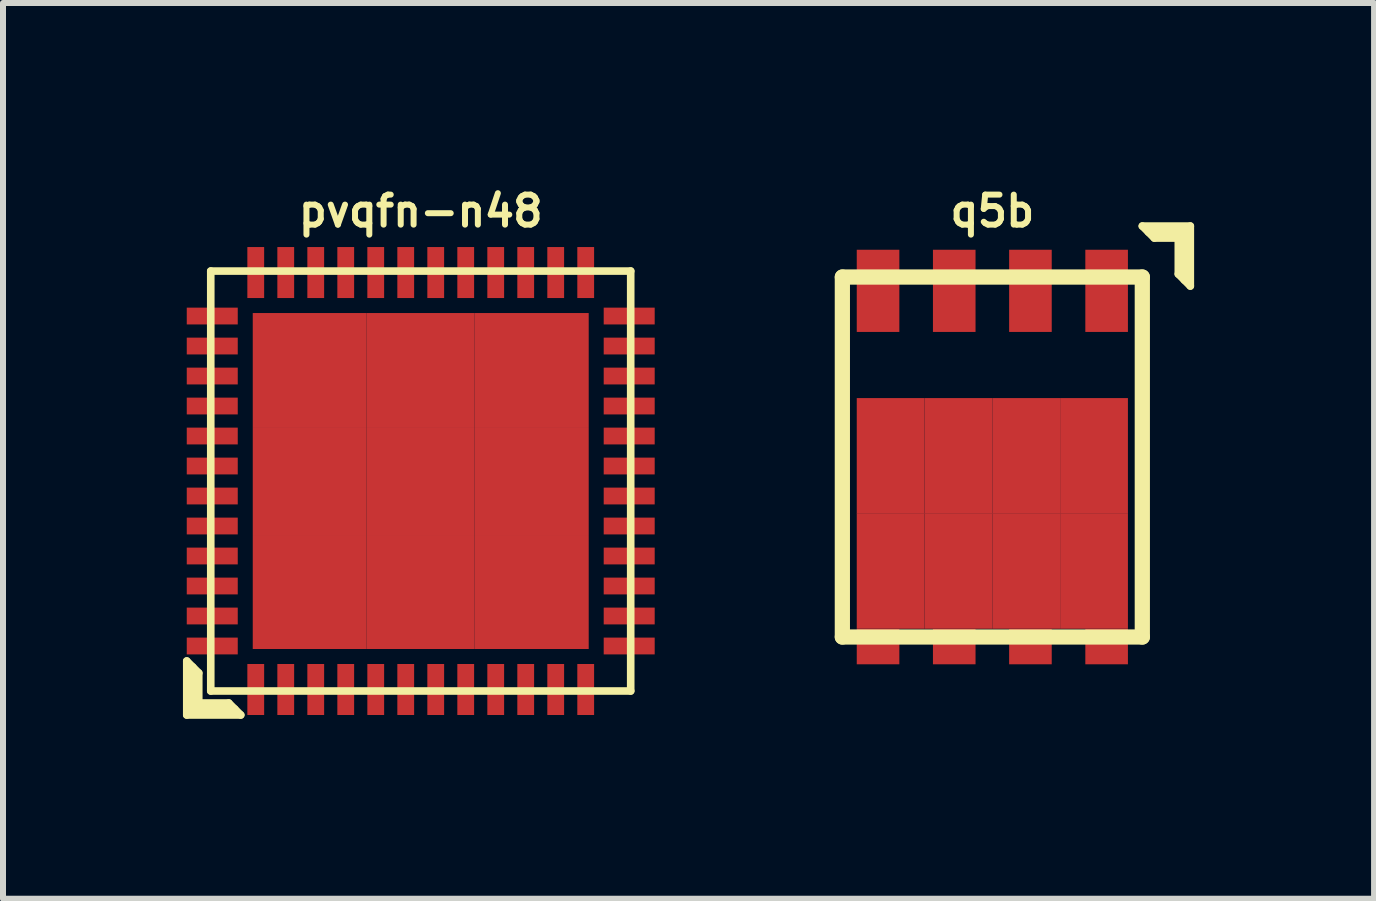
<source format=kicad_pcb>
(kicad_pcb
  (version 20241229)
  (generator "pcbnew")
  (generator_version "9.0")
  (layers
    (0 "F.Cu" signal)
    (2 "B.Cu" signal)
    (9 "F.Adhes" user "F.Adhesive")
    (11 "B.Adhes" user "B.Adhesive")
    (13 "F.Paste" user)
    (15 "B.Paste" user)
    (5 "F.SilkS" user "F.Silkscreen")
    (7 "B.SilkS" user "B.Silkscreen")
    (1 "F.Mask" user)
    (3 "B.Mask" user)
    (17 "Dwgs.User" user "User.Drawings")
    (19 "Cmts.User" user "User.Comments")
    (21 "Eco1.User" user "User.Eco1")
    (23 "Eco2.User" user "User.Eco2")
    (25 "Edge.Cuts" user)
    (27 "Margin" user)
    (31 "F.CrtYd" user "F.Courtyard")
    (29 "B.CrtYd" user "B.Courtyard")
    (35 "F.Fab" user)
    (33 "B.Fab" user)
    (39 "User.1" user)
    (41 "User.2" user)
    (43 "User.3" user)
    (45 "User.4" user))
  (footprint "q5b"
    (layer "F.Cu")
    (at 13.491 4.568)
    (property "Reference" "q5b" (at 0 -4.1 0) (layer "F.SilkS") (effects (font (size 0.5 0.5) (thickness 0.1))))
    (attr through_hole)
    (fp_line (start -2.5 -3) (end 2.5 -3) (stroke (width 0.254) (type solid)) (layer "F.SilkS"))
    (fp_line (start -2.5 3) (end -2.5 -3) (stroke (width 0.254) (type solid)) (layer "F.SilkS"))
    (fp_line (start 2.5 -3.85) (end 3.3 -3.85) (stroke (width 0.127) (type solid)) (layer "F.SilkS"))
    (fp_line (start 2.5 -3) (end 2.5 3) (stroke (width 0.254) (type solid)) (layer "F.SilkS"))
    (fp_line (start 2.5 3) (end -2.5 3) (stroke (width 0.254) (type solid)) (layer "F.SilkS"))
    (fp_line (start 2.7 -3.65) (end 2.5 -3.85) (stroke (width 0.127) (type solid)) (layer "F.SilkS"))
    (fp_line (start 3.1 -3.65) (end 2.7 -3.65) (stroke (width 0.127) (type solid)) (layer "F.SilkS"))
    (fp_line (start 3.1 -3.65) (end 3.1 -3.05) (stroke (width 0.127) (type solid)) (layer "F.SilkS"))
    (fp_line (start 3.1 -3.05) (end 3.3 -2.85) (stroke (width 0.127) (type solid)) (layer "F.SilkS"))
    (fp_line (start 3.2 -3.75) (end 2.6 -3.75) (stroke (width 0.127) (type solid)) (layer "F.SilkS"))
    (fp_line (start 3.2 -2.95) (end 3.2 -3.75) (stroke (width 0.127) (type solid)) (layer "F.SilkS"))
    (fp_line (start 3.3 -3.85) (end 3.3 -2.85) (stroke (width 0.127) (type solid)) (layer "F.SilkS"))
    (pad "1" smd rect (at 1.905 -2.77) (size 0.71 1.37) (layers "F.Cu" "F.Mask" "F.Paste"))
    (pad "2" smd rect (at 0.635 -2.77) (size 0.71 1.37) (layers "F.Cu" "F.Mask" "F.Paste"))
    (pad "3" smd rect (at -0.635 -2.77) (size 0.71 1.37) (layers "F.Cu" "F.Mask" "F.Paste"))
    (pad "4" smd rect (at -1.905 -2.77) (size 0.71 1.37) (layers "F.Cu" "F.Mask" "F.Paste"))
    (pad "5" smd rect (at -1.905 3.16) (size 0.71 0.59) (layers "F.Cu" "F.Mask" "F.Paste"))
    (pad "5" smd rect (at -1.695 -0.02) (size 1.13 1.925) (layers "F.Cu" "F.Mask" "F.Paste"))
    (pad "5" smd rect (at -1.695 1.9) (size 1.13 1.925) (layers "F.Cu" "F.Mask" "F.Paste"))
    (pad "5" smd rect (at -0.635 3.16) (size 0.71 0.59) (layers "F.Cu" "F.Mask" "F.Paste"))
    (pad "5" smd rect (at -0.565 -0.02) (size 1.13 1.925) (layers "F.Cu" "F.Mask" "F.Paste"))
    (pad "5" smd rect (at -0.565 1.9) (size 1.13 1.925) (layers "F.Cu" "F.Mask" "F.Paste"))
    (pad "5" smd rect (at 0.565 -0.02) (size 1.13 1.925) (layers "F.Cu" "F.Mask" "F.Paste"))
    (pad "5" smd rect (at 0.565 1.9) (size 1.13 1.925) (layers "F.Cu" "F.Mask" "F.Paste"))
    (pad "5" smd rect (at 0.635 3.16) (size 0.71 0.59) (layers "F.Cu" "F.Mask" "F.Paste"))
    (pad "5" smd rect (at 1.695 -0.02) (size 1.13 1.925) (layers "F.Cu" "F.Mask" "F.Paste"))
    (pad "5" smd rect (at 1.695 1.9) (size 1.13 1.925) (layers "F.Cu" "F.Mask" "F.Paste"))
    (pad "5" smd rect (at 1.905 3.16) (size 0.71 0.59) (layers "F.Cu" "F.Mask" "F.Paste")))
  (footprint "pvqfn-n48"
    (layer "F.Cu")
    (at 3.963 4.968)
    (property "Reference" "pvqfn-n48" (at 0 -4.5 0) (layer "F.SilkS") (effects (font (size 0.5 0.5) (thickness 0.1))))
    (attr through_hole)
    (fp_line (start -3.9 3) (end -3.9 3.9) (stroke (width 0.127) (type solid)) (layer "F.SilkS"))
    (fp_line (start -3.9 3.9) (end -3 3.9) (stroke (width 0.127) (type solid)) (layer "F.SilkS"))
    (fp_line (start -3.8 3.8) (end -3.8 3.1) (stroke (width 0.127) (type solid)) (layer "F.SilkS"))
    (fp_line (start -3.7 3.2) (end -3.9 3) (stroke (width 0.127) (type solid)) (layer "F.SilkS"))
    (fp_line (start -3.7 3.7) (end -3.7 3.2) (stroke (width 0.127) (type solid)) (layer "F.SilkS"))
    (fp_line (start -3.5 -3.5) (end -3.5 3.5) (stroke (width 0.127) (type solid)) (layer "F.SilkS"))
    (fp_line (start -3.5 3.5) (end 3.5 3.5) (stroke (width 0.127) (type solid)) (layer "F.SilkS"))
    (fp_line (start -3.2 3.7) (end -3.7 3.7) (stroke (width 0.127) (type solid)) (layer "F.SilkS"))
    (fp_line (start -3.1 3.8) (end -3.8 3.8) (stroke (width 0.127) (type solid)) (layer "F.SilkS"))
    (fp_line (start -3 3.9) (end -3.2 3.7) (stroke (width 0.127) (type solid)) (layer "F.SilkS"))
    (fp_line (start 3.5 -3.5) (end -3.5 -3.5) (stroke (width 0.127) (type solid)) (layer "F.SilkS"))
    (fp_line (start 3.5 3.5) (end 3.5 -3.5) (stroke (width 0.127) (type solid)) (layer "F.SilkS"))
    (pad "1" smd rect (at -2.75 3.475) (size 0.28 0.85) (layers "F.Cu" "F.Mask" "F.Paste"))
    (pad "2" smd rect (at -2.25 3.475) (size 0.28 0.85) (layers "F.Cu" "F.Mask" "F.Paste"))
    (pad "3" smd rect (at -1.75 3.475) (size 0.28 0.85) (layers "F.Cu" "F.Mask" "F.Paste"))
    (pad "4" smd rect (at -1.25 3.475) (size 0.28 0.85) (layers "F.Cu" "F.Mask" "F.Paste"))
    (pad "5" smd rect (at -0.75 3.475) (size 0.28 0.85) (layers "F.Cu" "F.Mask" "F.Paste"))
    (pad "6" smd rect (at -0.25 3.475) (size 0.28 0.85) (layers "F.Cu" "F.Mask" "F.Paste"))
    (pad "7" smd rect (at 0.25 3.475) (size 0.28 0.85) (layers "F.Cu" "F.Mask" "F.Paste"))
    (pad "8" smd rect (at 0.75 3.475) (size 0.28 0.85) (layers "F.Cu" "F.Mask" "F.Paste"))
    (pad "9" smd rect (at 1.25 3.475) (size 0.28 0.85) (layers "F.Cu" "F.Mask" "F.Paste"))
    (pad "10" smd rect (at 1.75 3.475) (size 0.28 0.85) (layers "F.Cu" "F.Mask" "F.Paste"))
    (pad "11" smd rect (at 2.25 3.475) (size 0.28 0.85) (layers "F.Cu" "F.Mask" "F.Paste"))
    (pad "12" smd rect (at 2.75 3.475) (size 0.28 0.85) (layers "F.Cu" "F.Mask" "F.Paste"))
    (pad "13" smd rect (at 3.475 2.75) (size 0.85 0.28) (layers "F.Cu" "F.Mask" "F.Paste"))
    (pad "14" smd rect (at 3.475 2.25) (size 0.85 0.28) (layers "F.Cu" "F.Mask" "F.Paste"))
    (pad "15" smd rect (at 3.475 1.75) (size 0.85 0.28) (layers "F.Cu" "F.Mask" "F.Paste"))
    (pad "16" smd rect (at 3.475 1.25) (size 0.85 0.28) (layers "F.Cu" "F.Mask" "F.Paste"))
    (pad "17" smd rect (at 3.475 0.75) (size 0.85 0.28) (layers "F.Cu" "F.Mask" "F.Paste"))
    (pad "18" smd rect (at 3.475 0.25) (size 0.85 0.28) (layers "F.Cu" "F.Mask" "F.Paste"))
    (pad "19" smd rect (at 3.475 -0.25) (size 0.85 0.28) (layers "F.Cu" "F.Mask" "F.Paste"))
    (pad "20" smd rect (at 3.475 -0.75) (size 0.85 0.28) (layers "F.Cu" "F.Mask" "F.Paste"))
    (pad "21" smd rect (at 3.475 -1.25) (size 0.85 0.28) (layers "F.Cu" "F.Mask" "F.Paste"))
    (pad "22" smd rect (at 3.475 -1.75) (size 0.85 0.28) (layers "F.Cu" "F.Mask" "F.Paste"))
    (pad "23" smd rect (at 3.475 -2.25) (size 0.85 0.28) (layers "F.Cu" "F.Mask" "F.Paste"))
    (pad "24" smd rect (at 3.475 -2.75) (size 0.85 0.28) (layers "F.Cu" "F.Mask" "F.Paste"))
    (pad "25" smd rect (at 2.75 -3.475) (size 0.28 0.85) (layers "F.Cu" "F.Mask" "F.Paste"))
    (pad "26" smd rect (at 2.25 -3.475) (size 0.28 0.85) (layers "F.Cu" "F.Mask" "F.Paste"))
    (pad "27" smd rect (at 1.75 -3.475) (size 0.28 0.85) (layers "F.Cu" "F.Mask" "F.Paste"))
    (pad "28" smd rect (at 1.25 -3.475) (size 0.28 0.85) (layers "F.Cu" "F.Mask" "F.Paste"))
    (pad "29" smd rect (at 0.75 -3.475) (size 0.28 0.85) (layers "F.Cu" "F.Mask" "F.Paste"))
    (pad "30" smd rect (at 0.25 -3.475) (size 0.28 0.85) (layers "F.Cu" "F.Mask" "F.Paste"))
    (pad "31" smd rect (at -0.25 -3.475) (size 0.28 0.85) (layers "F.Cu" "F.Mask" "F.Paste"))
    (pad "32" smd rect (at -0.75 -3.475) (size 0.28 0.85) (layers "F.Cu" "F.Mask" "F.Paste"))
    (pad "33" smd rect (at -1.25 -3.475) (size 0.28 0.85) (layers "F.Cu" "F.Mask" "F.Paste"))
    (pad "34" smd rect (at -1.75 -3.475) (size 0.28 0.85) (layers "F.Cu" "F.Mask" "F.Paste"))
    (pad "35" smd rect (at -2.25 -3.475) (size 0.28 0.85) (layers "F.Cu" "F.Mask" "F.Paste"))
    (pad "36" smd rect (at -2.75 -3.475) (size 0.28 0.85) (layers "F.Cu" "F.Mask" "F.Paste"))
    (pad "37" smd rect (at -3.475 -2.75) (size 0.85 0.28) (layers "F.Cu" "F.Mask" "F.Paste"))
    (pad "38" smd rect (at -3.475 -2.25) (size 0.85 0.28) (layers "F.Cu" "F.Mask" "F.Paste"))
    (pad "39" smd rect (at -3.475 -1.75) (size 0.85 0.28) (layers "F.Cu" "F.Mask" "F.Paste"))
    (pad "40" smd rect (at -3.475 -1.25) (size 0.85 0.28) (layers "F.Cu" "F.Mask" "F.Paste"))
    (pad "41" smd rect (at -3.475 -0.75) (size 0.85 0.28) (layers "F.Cu" "F.Mask" "F.Paste"))
    (pad "42" smd rect (at -3.475 -0.25) (size 0.85 0.28) (layers "F.Cu" "F.Mask" "F.Paste"))
    (pad "43" smd rect (at -3.475 0.25) (size 0.85 0.28) (layers "F.Cu" "F.Mask" "F.Paste"))
    (pad "44" smd rect (at -3.475 0.75) (size 0.85 0.28) (layers "F.Cu" "F.Mask" "F.Paste"))
    (pad "45" smd rect (at -3.475 1.25) (size 0.85 0.28) (layers "F.Cu" "F.Mask" "F.Paste"))
    (pad "46" smd rect (at -3.475 1.75) (size 0.85 0.28) (layers "F.Cu" "F.Mask" "F.Paste"))
    (pad "47" smd rect (at -3.475 2.25) (size 0.85 0.28) (layers "F.Cu" "F.Mask" "F.Paste"))
    (pad "48" smd rect (at -3.475 2.75) (size 0.85 0.28) (layers "F.Cu" "F.Mask" "F.Paste"))
    (pad "49" smd rect (at -1.85 -1.85) (size 1.9 1.9) (layers "F.Cu" "F.Mask" "F.Paste"))
    (pad "49" smd rect (at -1.85 0) (size 1.9 1.8) (layers "F.Cu" "F.Mask" "F.Paste"))
    (pad "49" smd rect (at -1.85 1.85) (size 1.9 1.9) (layers "F.Cu" "F.Mask" "F.Paste"))
    (pad "49" smd rect (at 0 -1.85) (size 1.8 1.9) (layers "F.Cu" "F.Mask" "F.Paste"))
    (pad "49" smd rect (at 0 0) (size 1.8 1.8) (layers "F.Cu" "F.Mask" "F.Paste"))
    (pad "49" smd rect (at 0 1.85) (size 1.8 1.9) (layers "F.Cu" "F.Mask" "F.Paste"))
    (pad "49" smd rect (at 1.85 -1.85) (size 1.9 1.9) (layers "F.Cu" "F.Mask" "F.Paste"))
    (pad "49" smd rect (at 1.85 0) (size 1.9 1.8) (layers "F.Cu" "F.Mask" "F.Paste"))
    (pad "49" smd rect (at 1.85 1.85) (size 1.9 1.9) (layers "F.Cu" "F.Mask" "F.Paste")))
  (gr_rect
    (start -3 -3)
    (end 19.854 11.931)
    (stroke (width 0.1) (type default))
    (fill no)
    (layer "Edge.Cuts")))
</source>
